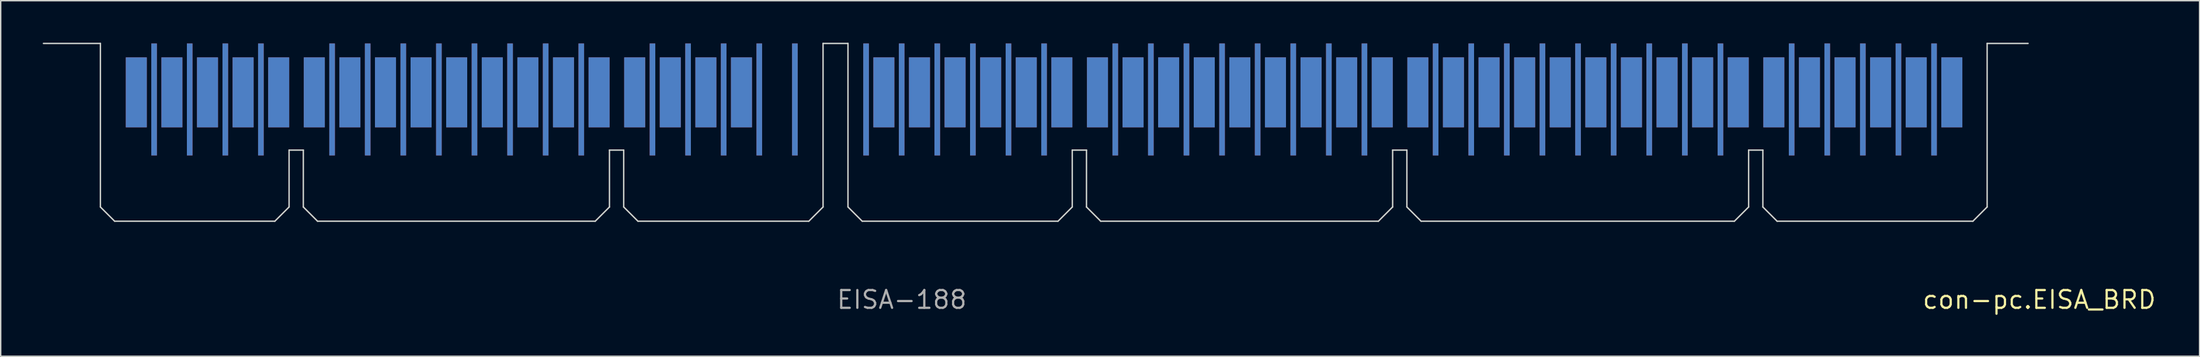
<source format=kicad_pcb>
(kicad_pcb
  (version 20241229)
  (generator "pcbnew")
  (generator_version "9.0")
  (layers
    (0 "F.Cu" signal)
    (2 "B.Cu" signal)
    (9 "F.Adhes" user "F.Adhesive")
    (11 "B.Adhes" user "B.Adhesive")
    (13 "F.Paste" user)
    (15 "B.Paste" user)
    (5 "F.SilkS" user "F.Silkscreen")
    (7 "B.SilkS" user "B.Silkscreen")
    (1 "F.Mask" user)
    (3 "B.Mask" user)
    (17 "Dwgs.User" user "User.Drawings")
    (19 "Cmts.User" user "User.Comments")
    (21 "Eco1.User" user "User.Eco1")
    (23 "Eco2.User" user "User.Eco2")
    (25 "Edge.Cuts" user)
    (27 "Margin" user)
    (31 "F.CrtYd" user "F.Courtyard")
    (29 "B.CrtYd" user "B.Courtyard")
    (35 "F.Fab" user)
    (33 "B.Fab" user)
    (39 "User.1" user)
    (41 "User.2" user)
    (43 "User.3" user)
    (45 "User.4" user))
  (footprint "con-pc.EISA_BRD"
    (layer "F.Cu")
    (at 56.565 12.752)
    (property "Reference" "con-pc.EISA_BRD" (at 77.47 6.35 0) (layer "F.SilkS") (effects (font (size 1.27 1.27) (thickness 0.16)) (justify left bottom)))
    (attr smd)
    (fp_line (start -51.435 2.54) (end 81.28 2.54) (stroke (width 1.016) (type default)) (layer "F.Mask"))
    (fp_line (start -49.89 -6.35) (end -49.89 -12.002) (stroke (width 1.5) (type default)) (layer "F.Mask"))
    (fp_line (start -49.89 -6.35) (end -49.89 2.54) (stroke (width 0.4) (type default)) (layer "F.Mask"))
    (fp_line (start -48.62 -4.699) (end -48.62 1.905) (stroke (width 1.4) (type default)) (layer "F.Mask"))
    (fp_line (start -47.35 -6.35) (end -47.35 -12.002) (stroke (width 1.5) (type default)) (layer "F.Mask"))
    (fp_line (start -47.35 -6.35) (end -47.35 2.54) (stroke (width 0.4) (type default)) (layer "F.Mask"))
    (fp_line (start -46.08 -4.699) (end -46.08 1.905) (stroke (width 1.4) (type default)) (layer "F.Mask"))
    (fp_line (start -44.81 -6.35) (end -44.81 -12.002) (stroke (width 1.5) (type default)) (layer "F.Mask"))
    (fp_line (start -44.81 -6.35) (end -44.81 2.54) (stroke (width 0.4) (type default)) (layer "F.Mask"))
    (fp_line (start -43.54 -4.699) (end -43.54 1.905) (stroke (width 1.4) (type default)) (layer "F.Mask"))
    (fp_line (start -42.27 -6.35) (end -42.27 -12.002) (stroke (width 1.5) (type default)) (layer "F.Mask"))
    (fp_line (start -42.27 -6.35) (end -42.27 2.54) (stroke (width 0.4) (type default)) (layer "F.Mask"))
    (fp_line (start -41 -4.699) (end -41 1.905) (stroke (width 1.4) (type default)) (layer "F.Mask"))
    (fp_line (start -39.73 -6.35) (end -39.73 -12.002) (stroke (width 1.5) (type default)) (layer "F.Mask"))
    (fp_line (start -39.73 -6.35) (end -39.73 2.54) (stroke (width 0.4) (type default)) (layer "F.Mask"))
    (fp_line (start -37.19 -6.35) (end -37.19 -12.002) (stroke (width 1.5) (type default)) (layer "F.Mask"))
    (fp_line (start -37.19 -6.35) (end -37.19 2.54) (stroke (width 0.4) (type default)) (layer "F.Mask"))
    (fp_line (start -35.92 -4.699) (end -35.92 1.905) (stroke (width 1.4) (type default)) (layer "F.Mask"))
    (fp_line (start -34.65 -6.35) (end -34.65 -12.002) (stroke (width 1.5) (type default)) (layer "F.Mask"))
    (fp_line (start -34.65 -6.35) (end -34.65 2.54) (stroke (width 0.4) (type default)) (layer "F.Mask"))
    (fp_line (start -33.38 -4.699) (end -33.38 1.905) (stroke (width 1.4) (type default)) (layer "F.Mask"))
    (fp_line (start -32.11 -6.35) (end -32.11 -12.002) (stroke (width 1.5) (type default)) (layer "F.Mask"))
    (fp_line (start -32.11 -6.35) (end -32.11 2.54) (stroke (width 0.4) (type default)) (layer "F.Mask"))
    (fp_line (start -30.84 -4.699) (end -30.84 1.905) (stroke (width 1.4) (type default)) (layer "F.Mask"))
    (fp_line (start -29.57 -6.35) (end -29.57 -12.002) (stroke (width 1.5) (type default)) (layer "F.Mask"))
    (fp_line (start -29.57 -6.35) (end -29.57 2.54) (stroke (width 0.4) (type default)) (layer "F.Mask"))
    (fp_line (start -28.3 -4.699) (end -28.3 1.905) (stroke (width 1.4) (type default)) (layer "F.Mask"))
    (fp_line (start -27.03 -6.35) (end -27.03 -12.002) (stroke (width 1.5) (type default)) (layer "F.Mask"))
    (fp_line (start -27.03 -6.35) (end -27.03 2.54) (stroke (width 0.4) (type default)) (layer "F.Mask"))
    (fp_line (start -25.76 -4.699) (end -25.76 1.905) (stroke (width 1.4) (type default)) (layer "F.Mask"))
    (fp_line (start -24.49 -6.35) (end -24.49 -12.002) (stroke (width 1.5) (type default)) (layer "F.Mask"))
    (fp_line (start -24.49 -6.35) (end -24.49 2.54) (stroke (width 0.4) (type default)) (layer "F.Mask"))
    (fp_line (start -23.22 -4.699) (end -23.22 1.905) (stroke (width 1.4) (type default)) (layer "F.Mask"))
    (fp_line (start -21.95 -6.35) (end -21.95 -12.002) (stroke (width 1.5) (type default)) (layer "F.Mask"))
    (fp_line (start -21.95 -6.35) (end -21.95 2.54) (stroke (width 0.4) (type default)) (layer "F.Mask"))
    (fp_line (start -20.68 -4.699) (end -20.68 1.905) (stroke (width 1.4) (type default)) (layer "F.Mask"))
    (fp_line (start -19.41 -6.35) (end -19.41 -12.002) (stroke (width 1.5) (type default)) (layer "F.Mask"))
    (fp_line (start -19.41 -6.35) (end -19.41 2.54) (stroke (width 0.4) (type default)) (layer "F.Mask"))
    (fp_line (start -18.14 -4.699) (end -18.14 1.905) (stroke (width 1.4) (type default)) (layer "F.Mask"))
    (fp_line (start -16.87 -6.35) (end -16.87 -12.002) (stroke (width 1.5) (type default)) (layer "F.Mask"))
    (fp_line (start -16.87 -6.35) (end -16.87 2.54) (stroke (width 0.4) (type default)) (layer "F.Mask"))
    (fp_line (start -14.33 -6.35) (end -14.33 -12.002) (stroke (width 1.5) (type default)) (layer "F.Mask"))
    (fp_line (start -14.33 -6.35) (end -14.33 2.54) (stroke (width 0.4) (type default)) (layer "F.Mask"))
    (fp_line (start -13.06 -4.699) (end -13.06 1.905) (stroke (width 1.4) (type default)) (layer "F.Mask"))
    (fp_line (start -11.79 -6.35) (end -11.79 -12.002) (stroke (width 1.5) (type default)) (layer "F.Mask"))
    (fp_line (start -11.79 -6.35) (end -11.79 2.54) (stroke (width 0.4) (type default)) (layer "F.Mask"))
    (fp_line (start -10.52 -4.699) (end -10.52 1.905) (stroke (width 1.4) (type default)) (layer "F.Mask"))
    (fp_line (start -9.25 -6.35) (end -9.25 -12.002) (stroke (width 1.5) (type default)) (layer "F.Mask"))
    (fp_line (start -9.25 -6.35) (end -9.25 2.54) (stroke (width 0.4) (type default)) (layer "F.Mask"))
    (fp_line (start -7.98 -4.699) (end -7.98 1.905) (stroke (width 1.4) (type default)) (layer "F.Mask"))
    (fp_line (start -6.71 -6.35) (end -6.71 -12.002) (stroke (width 1.5) (type default)) (layer "F.Mask"))
    (fp_line (start -6.71 -6.35) (end -6.71 2.54) (stroke (width 0.4) (type default)) (layer "F.Mask"))
    (fp_line (start -5.44 -4.699) (end -5.44 1.905) (stroke (width 1.4) (type default)) (layer "F.Mask"))
    (fp_line (start -2.9 -4.699) (end -2.9 1.905) (stroke (width 1.4) (type default)) (layer "F.Mask"))
    (fp_line (start 2.18 -4.699) (end 2.18 1.905) (stroke (width 1.4) (type default)) (layer "F.Mask"))
    (fp_line (start 3.45 -6.35) (end 3.45 -12.002) (stroke (width 1.5) (type default)) (layer "F.Mask"))
    (fp_line (start 3.45 -6.35) (end 3.45 2.54) (stroke (width 0.4) (type default)) (layer "F.Mask"))
    (fp_line (start 4.72 -4.699) (end 4.72 1.905) (stroke (width 1.4) (type default)) (layer "F.Mask"))
    (fp_line (start 5.99 -6.35) (end 5.99 -12.002) (stroke (width 1.5) (type default)) (layer "F.Mask"))
    (fp_line (start 5.99 -6.35) (end 5.99 2.54) (stroke (width 0.4) (type default)) (layer "F.Mask"))
    (fp_line (start 7.26 -4.699) (end 7.26 1.905) (stroke (width 1.4) (type default)) (layer "F.Mask"))
    (fp_line (start 8.53 -6.35) (end 8.53 -12.002) (stroke (width 1.5) (type default)) (layer "F.Mask"))
    (fp_line (start 8.53 -6.35) (end 8.53 2.54) (stroke (width 0.4) (type default)) (layer "F.Mask"))
    (fp_line (start 9.8 -4.699) (end 9.8 1.905) (stroke (width 1.4) (type default)) (layer "F.Mask"))
    (fp_line (start 11.07 -6.35) (end 11.07 -12.002) (stroke (width 1.5) (type default)) (layer "F.Mask"))
    (fp_line (start 11.07 -6.35) (end 11.07 2.54) (stroke (width 0.4) (type default)) (layer "F.Mask"))
    (fp_line (start 12.34 -4.699) (end 12.34 1.905) (stroke (width 1.4) (type default)) (layer "F.Mask"))
    (fp_line (start 13.61 -6.35) (end 13.61 -12.002) (stroke (width 1.5) (type default)) (layer "F.Mask"))
    (fp_line (start 13.61 -6.35) (end 13.61 2.54) (stroke (width 0.4) (type default)) (layer "F.Mask"))
    (fp_line (start 14.88 -4.699) (end 14.88 1.905) (stroke (width 1.4) (type default)) (layer "F.Mask"))
    (fp_line (start 16.15 -6.35) (end 16.15 -12.002) (stroke (width 1.5) (type default)) (layer "F.Mask"))
    (fp_line (start 16.15 -6.35) (end 16.15 2.54) (stroke (width 0.4) (type default)) (layer "F.Mask"))
    (fp_line (start 18.69 -6.35) (end 18.69 -12.002) (stroke (width 1.5) (type default)) (layer "F.Mask"))
    (fp_line (start 18.69 -6.35) (end 18.69 2.54) (stroke (width 0.4) (type default)) (layer "F.Mask"))
    (fp_line (start 19.96 -4.699) (end 19.96 1.905) (stroke (width 1.4) (type default)) (layer "F.Mask"))
    (fp_line (start 21.23 -6.35) (end 21.23 -12.002) (stroke (width 1.5) (type default)) (layer "F.Mask"))
    (fp_line (start 21.23 -6.35) (end 21.23 2.54) (stroke (width 0.4) (type default)) (layer "F.Mask"))
    (fp_line (start 22.5 -4.699) (end 22.5 1.905) (stroke (width 1.4) (type default)) (layer "F.Mask"))
    (fp_line (start 23.77 -6.35) (end 23.77 -12.002) (stroke (width 1.5) (type default)) (layer "F.Mask"))
    (fp_line (start 23.77 -6.35) (end 23.77 2.54) (stroke (width 0.4) (type default)) (layer "F.Mask"))
    (fp_line (start 25.04 -4.699) (end 25.04 1.905) (stroke (width 1.4) (type default)) (layer "F.Mask"))
    (fp_line (start 26.31 -6.35) (end 26.31 -12.002) (stroke (width 1.5) (type default)) (layer "F.Mask"))
    (fp_line (start 26.31 -6.35) (end 26.31 2.54) (stroke (width 0.4) (type default)) (layer "F.Mask"))
    (fp_line (start 27.58 -4.699) (end 27.58 1.905) (stroke (width 1.4) (type default)) (layer "F.Mask"))
    (fp_line (start 28.85 -6.35) (end 28.85 -12.002) (stroke (width 1.5) (type default)) (layer "F.Mask"))
    (fp_line (start 28.85 -6.35) (end 28.85 2.54) (stroke (width 0.4) (type default)) (layer "F.Mask"))
    (fp_line (start 30.12 -4.699) (end 30.12 1.905) (stroke (width 1.4) (type default)) (layer "F.Mask"))
    (fp_line (start 31.39 -6.35) (end 31.39 -12.002) (stroke (width 1.5) (type default)) (layer "F.Mask"))
    (fp_line (start 31.39 -6.35) (end 31.39 2.54) (stroke (width 0.4) (type default)) (layer "F.Mask"))
    (fp_line (start 32.66 -4.699) (end 32.66 1.905) (stroke (width 1.4) (type default)) (layer "F.Mask"))
    (fp_line (start 33.93 -6.35) (end 33.93 -12.002) (stroke (width 1.5) (type default)) (layer "F.Mask"))
    (fp_line (start 33.93 -6.35) (end 33.93 2.54) (stroke (width 0.4) (type default)) (layer "F.Mask"))
    (fp_line (start 35.2 -4.699) (end 35.2 1.905) (stroke (width 1.4) (type default)) (layer "F.Mask"))
    (fp_line (start 36.47 -6.35) (end 36.47 -12.002) (stroke (width 1.5) (type default)) (layer "F.Mask"))
    (fp_line (start 36.47 -6.35) (end 36.47 2.54) (stroke (width 0.4) (type default)) (layer "F.Mask"))
    (fp_line (start 37.74 -4.699) (end 37.74 1.905) (stroke (width 1.4) (type default)) (layer "F.Mask"))
    (fp_line (start 39.01 -6.35) (end 39.01 -12.002) (stroke (width 1.5) (type default)) (layer "F.Mask"))
    (fp_line (start 39.01 -6.35) (end 39.01 2.54) (stroke (width 0.4) (type default)) (layer "F.Mask"))
    (fp_line (start 41.55 -6.35) (end 41.55 -12.002) (stroke (width 1.5) (type default)) (layer "F.Mask"))
    (fp_line (start 41.55 -6.35) (end 41.55 2.54) (stroke (width 0.4) (type default)) (layer "F.Mask"))
    (fp_line (start 42.82 -4.699) (end 42.82 1.905) (stroke (width 1.4) (type default)) (layer "F.Mask"))
    (fp_line (start 44.09 -6.35) (end 44.09 -12.002) (stroke (width 1.5) (type default)) (layer "F.Mask"))
    (fp_line (start 44.09 -6.35) (end 44.09 2.54) (stroke (width 0.4) (type default)) (layer "F.Mask"))
    (fp_line (start 45.36 -4.699) (end 45.36 1.905) (stroke (width 1.4) (type default)) (layer "F.Mask"))
    (fp_line (start 46.63 -6.35) (end 46.63 -12.002) (stroke (width 1.5) (type default)) (layer "F.Mask"))
    (fp_line (start 46.63 -6.35) (end 46.63 2.54) (stroke (width 0.4) (type default)) (layer "F.Mask"))
    (fp_line (start 47.9 -4.699) (end 47.9 1.905) (stroke (width 1.4) (type default)) (layer "F.Mask"))
    (fp_line (start 49.17 -6.35) (end 49.17 -12.002) (stroke (width 1.5) (type default)) (layer "F.Mask"))
    (fp_line (start 49.17 -6.35) (end 49.17 2.54) (stroke (width 0.4) (type default)) (layer "F.Mask"))
    (fp_line (start 50.44 -4.699) (end 50.44 1.905) (stroke (width 1.4) (type default)) (layer "F.Mask"))
    (fp_line (start 51.71 -6.35) (end 51.71 -12.002) (stroke (width 1.5) (type default)) (layer "F.Mask"))
    (fp_line (start 51.71 -6.35) (end 51.71 2.54) (stroke (width 0.4) (type default)) (layer "F.Mask"))
    (fp_line (start 52.98 -4.699) (end 52.98 1.905) (stroke (width 1.4) (type default)) (layer "F.Mask"))
    (fp_line (start 54.25 -6.35) (end 54.25 -12.002) (stroke (width 1.5) (type default)) (layer "F.Mask"))
    (fp_line (start 54.25 -6.35) (end 54.25 2.54) (stroke (width 0.4) (type default)) (layer "F.Mask"))
    (fp_line (start 55.52 -4.699) (end 55.52 1.905) (stroke (width 1.4) (type default)) (layer "F.Mask"))
    (fp_line (start 56.79 -6.35) (end 56.79 -12.002) (stroke (width 1.5) (type default)) (layer "F.Mask"))
    (fp_line (start 56.79 -6.35) (end 56.79 2.54) (stroke (width 0.4) (type default)) (layer "F.Mask"))
    (fp_line (start 58.06 -4.699) (end 58.06 1.905) (stroke (width 1.4) (type default)) (layer "F.Mask"))
    (fp_line (start 59.33 -6.35) (end 59.33 -12.002) (stroke (width 1.5) (type default)) (layer "F.Mask"))
    (fp_line (start 59.33 -6.35) (end 59.33 2.54) (stroke (width 0.4) (type default)) (layer "F.Mask"))
    (fp_line (start 60.6 -4.699) (end 60.6 1.905) (stroke (width 1.4) (type default)) (layer "F.Mask"))
    (fp_line (start 61.87 -6.35) (end 61.87 -12.002) (stroke (width 1.5) (type default)) (layer "F.Mask"))
    (fp_line (start 61.87 -6.35) (end 61.87 2.54) (stroke (width 0.4) (type default)) (layer "F.Mask"))
    (fp_line (start 63.14 -4.699) (end 63.14 1.905) (stroke (width 1.4) (type default)) (layer "F.Mask"))
    (fp_line (start 64.41 -6.35) (end 64.41 -12.002) (stroke (width 1.5) (type default)) (layer "F.Mask"))
    (fp_line (start 64.41 -6.35) (end 64.41 2.54) (stroke (width 0.4) (type default)) (layer "F.Mask"))
    (fp_line (start 66.95 -6.35) (end 66.95 -12.002) (stroke (width 1.5) (type default)) (layer "F.Mask"))
    (fp_line (start 66.95 -6.35) (end 66.95 2.54) (stroke (width 0.4) (type default)) (layer "F.Mask"))
    (fp_line (start 68.22 -4.699) (end 68.22 1.905) (stroke (width 1.4) (type default)) (layer "F.Mask"))
    (fp_line (start 69.49 -6.35) (end 69.49 -12.002) (stroke (width 1.5) (type default)) (layer "F.Mask"))
    (fp_line (start 69.49 -6.35) (end 69.49 2.54) (stroke (width 0.4) (type default)) (layer "F.Mask"))
    (fp_line (start 70.76 -4.699) (end 70.76 1.905) (stroke (width 1.4) (type default)) (layer "F.Mask"))
    (fp_line (start 72.03 -6.35) (end 72.03 -12.002) (stroke (width 1.5) (type default)) (layer "F.Mask"))
    (fp_line (start 72.03 -6.35) (end 72.03 2.54) (stroke (width 0.4) (type default)) (layer "F.Mask"))
    (fp_line (start 73.3 -4.699) (end 73.3 1.905) (stroke (width 1.4) (type default)) (layer "F.Mask"))
    (fp_line (start 74.57 -6.35) (end 74.57 -12.002) (stroke (width 1.5) (type default)) (layer "F.Mask"))
    (fp_line (start 74.57 -6.35) (end 74.57 2.54) (stroke (width 0.4) (type default)) (layer "F.Mask"))
    (fp_line (start 75.84 -4.699) (end 75.84 1.905) (stroke (width 1.4) (type default)) (layer "F.Mask"))
    (fp_line (start 77.11 -6.35) (end 77.11 -12.002) (stroke (width 1.5) (type default)) (layer "F.Mask"))
    (fp_line (start 77.11 -6.35) (end 77.11 2.54) (stroke (width 0.4) (type default)) (layer "F.Mask"))
    (fp_line (start 78.38 -4.699) (end 78.38 1.905) (stroke (width 1.4) (type default)) (layer "F.Mask"))
    (fp_line (start 79.65 -6.35) (end 79.65 -12.002) (stroke (width 1.5) (type default)) (layer "F.Mask"))
    (fp_line (start 79.65 -6.35) (end 79.65 2.54) (stroke (width 0.4) (type default)) (layer "F.Mask"))
    (fp_rect (start -52.705 0) (end 83.185 -12.7) (stroke (width 0.05) (type default)) (fill yes) (layer "F.Mask"))
    (fp_line (start -51.435 2.54) (end 81.28 2.54) (stroke (width 1.016) (type default)) (layer "B.Mask"))
    (fp_line (start -49.89 -6.35) (end -49.89 -12.002) (stroke (width 1.5) (type default)) (layer "B.Mask"))
    (fp_line (start -49.89 -6.35) (end -49.89 2.54) (stroke (width 0.4) (type default)) (layer "B.Mask"))
    (fp_line (start -48.62 -4.699) (end -48.62 1.905) (stroke (width 1.4) (type default)) (layer "B.Mask"))
    (fp_line (start -47.35 -6.35) (end -47.35 -12.002) (stroke (width 1.5) (type default)) (layer "B.Mask"))
    (fp_line (start -47.35 -6.35) (end -47.35 2.54) (stroke (width 0.4) (type default)) (layer "B.Mask"))
    (fp_line (start -46.08 -4.699) (end -46.08 1.905) (stroke (width 1.4) (type default)) (layer "B.Mask"))
    (fp_line (start -44.81 -6.35) (end -44.81 -12.002) (stroke (width 1.5) (type default)) (layer "B.Mask"))
    (fp_line (start -44.81 -6.35) (end -44.81 2.54) (stroke (width 0.4) (type default)) (layer "B.Mask"))
    (fp_line (start -43.54 -4.699) (end -43.54 1.905) (stroke (width 1.4) (type default)) (layer "B.Mask"))
    (fp_line (start -42.27 -6.35) (end -42.27 -12.002) (stroke (width 1.5) (type default)) (layer "B.Mask"))
    (fp_line (start -42.27 -6.35) (end -42.27 2.54) (stroke (width 0.4) (type default)) (layer "B.Mask"))
    (fp_line (start -41 -4.699) (end -41 1.905) (stroke (width 1.4) (type default)) (layer "B.Mask"))
    (fp_line (start -39.73 -6.35) (end -39.73 -12.002) (stroke (width 1.5) (type default)) (layer "B.Mask"))
    (fp_line (start -39.73 -6.35) (end -39.73 2.54) (stroke (width 0.4) (type default)) (layer "B.Mask"))
    (fp_line (start -37.19 -6.35) (end -37.19 -12.002) (stroke (width 1.5) (type default)) (layer "B.Mask"))
    (fp_line (start -37.19 -6.35) (end -37.19 2.54) (stroke (width 0.4) (type default)) (layer "B.Mask"))
    (fp_line (start -35.92 -4.699) (end -35.92 1.905) (stroke (width 1.4) (type default)) (layer "B.Mask"))
    (fp_line (start -34.65 -6.35) (end -34.65 -12.002) (stroke (width 1.5) (type default)) (layer "B.Mask"))
    (fp_line (start -34.65 -6.35) (end -34.65 2.54) (stroke (width 0.4) (type default)) (layer "B.Mask"))
    (fp_line (start -33.38 -4.699) (end -33.38 1.905) (stroke (width 1.4) (type default)) (layer "B.Mask"))
    (fp_line (start -32.11 -6.35) (end -32.11 -12.002) (stroke (width 1.5) (type default)) (layer "B.Mask"))
    (fp_line (start -32.11 -6.35) (end -32.11 2.54) (stroke (width 0.4) (type default)) (layer "B.Mask"))
    (fp_line (start -30.84 -4.699) (end -30.84 1.905) (stroke (width 1.4) (type default)) (layer "B.Mask"))
    (fp_line (start -29.57 -6.35) (end -29.57 -12.002) (stroke (width 1.5) (type default)) (layer "B.Mask"))
    (fp_line (start -29.57 -6.35) (end -29.57 2.54) (stroke (width 0.4) (type default)) (layer "B.Mask"))
    (fp_line (start -28.3 -4.699) (end -28.3 1.905) (stroke (width 1.4) (type default)) (layer "B.Mask"))
    (fp_line (start -27.03 -6.35) (end -27.03 -12.002) (stroke (width 1.5) (type default)) (layer "B.Mask"))
    (fp_line (start -27.03 -6.35) (end -27.03 2.54) (stroke (width 0.4) (type default)) (layer "B.Mask"))
    (fp_line (start -25.76 -4.699) (end -25.76 1.905) (stroke (width 1.4) (type default)) (layer "B.Mask"))
    (fp_line (start -24.49 -6.35) (end -24.49 -12.002) (stroke (width 1.5) (type default)) (layer "B.Mask"))
    (fp_line (start -24.49 -6.35) (end -24.49 2.54) (stroke (width 0.4) (type default)) (layer "B.Mask"))
    (fp_line (start -23.22 -4.699) (end -23.22 1.905) (stroke (width 1.4) (type default)) (layer "B.Mask"))
    (fp_line (start -21.95 -6.35) (end -21.95 -12.002) (stroke (width 1.5) (type default)) (layer "B.Mask"))
    (fp_line (start -21.95 -6.35) (end -21.95 2.54) (stroke (width 0.4) (type default)) (layer "B.Mask"))
    (fp_line (start -20.68 -4.699) (end -20.68 1.905) (stroke (width 1.4) (type default)) (layer "B.Mask"))
    (fp_line (start -19.41 -6.35) (end -19.41 -12.002) (stroke (width 1.5) (type default)) (layer "B.Mask"))
    (fp_line (start -19.41 -6.35) (end -19.41 2.54) (stroke (width 0.4) (type default)) (layer "B.Mask"))
    (fp_line (start -18.14 -4.699) (end -18.14 1.905) (stroke (width 1.4) (type default)) (layer "B.Mask"))
    (fp_line (start -16.87 -6.35) (end -16.87 -12.002) (stroke (width 1.5) (type default)) (layer "B.Mask"))
    (fp_line (start -16.87 -6.35) (end -16.87 2.54) (stroke (width 0.4) (type default)) (layer "B.Mask"))
    (fp_line (start -14.33 -6.35) (end -14.33 -12.002) (stroke (width 1.5) (type default)) (layer "B.Mask"))
    (fp_line (start -14.33 -6.35) (end -14.33 2.54) (stroke (width 0.4) (type default)) (layer "B.Mask"))
    (fp_line (start -13.06 -4.699) (end -13.06 1.905) (stroke (width 1.4) (type default)) (layer "B.Mask"))
    (fp_line (start -11.79 -6.35) (end -11.79 -12.002) (stroke (width 1.5) (type default)) (layer "B.Mask"))
    (fp_line (start -11.79 -6.35) (end -11.79 2.54) (stroke (width 0.4) (type default)) (layer "B.Mask"))
    (fp_line (start -10.52 -4.699) (end -10.52 1.905) (stroke (width 1.4) (type default)) (layer "B.Mask"))
    (fp_line (start -9.25 -6.35) (end -9.25 -12.002) (stroke (width 1.5) (type default)) (layer "B.Mask"))
    (fp_line (start -9.25 -6.35) (end -9.25 2.54) (stroke (width 0.4) (type default)) (layer "B.Mask"))
    (fp_line (start -7.98 -4.699) (end -7.98 1.905) (stroke (width 1.4) (type default)) (layer "B.Mask"))
    (fp_line (start -6.71 -6.35) (end -6.71 -12.002) (stroke (width 1.5) (type default)) (layer "B.Mask"))
    (fp_line (start -6.71 -6.35) (end -6.71 2.54) (stroke (width 0.4) (type default)) (layer "B.Mask"))
    (fp_line (start -5.44 -4.699) (end -5.44 1.905) (stroke (width 1.4) (type default)) (layer "B.Mask"))
    (fp_line (start -2.9 -4.699) (end -2.9 1.905) (stroke (width 1.4) (type default)) (layer "B.Mask"))
    (fp_line (start 2.18 -4.699) (end 2.18 1.905) (stroke (width 1.4) (type default)) (layer "B.Mask"))
    (fp_line (start 3.45 -6.35) (end 3.45 -12.002) (stroke (width 1.5) (type default)) (layer "B.Mask"))
    (fp_line (start 3.45 -6.35) (end 3.45 2.54) (stroke (width 0.4) (type default)) (layer "B.Mask"))
    (fp_line (start 4.72 -4.699) (end 4.72 1.905) (stroke (width 1.4) (type default)) (layer "B.Mask"))
    (fp_line (start 5.99 -6.35) (end 5.99 -12.002) (stroke (width 1.5) (type default)) (layer "B.Mask"))
    (fp_line (start 5.99 -6.35) (end 5.99 2.54) (stroke (width 0.4) (type default)) (layer "B.Mask"))
    (fp_line (start 7.26 -4.699) (end 7.26 1.905) (stroke (width 1.4) (type default)) (layer "B.Mask"))
    (fp_line (start 8.53 -6.35) (end 8.53 -12.002) (stroke (width 1.5) (type default)) (layer "B.Mask"))
    (fp_line (start 8.53 -6.35) (end 8.53 2.54) (stroke (width 0.4) (type default)) (layer "B.Mask"))
    (fp_line (start 9.8 -4.699) (end 9.8 1.905) (stroke (width 1.4) (type default)) (layer "B.Mask"))
    (fp_line (start 11.07 -6.35) (end 11.07 -12.002) (stroke (width 1.5) (type default)) (layer "B.Mask"))
    (fp_line (start 11.07 -6.35) (end 11.07 2.54) (stroke (width 0.4) (type default)) (layer "B.Mask"))
    (fp_line (start 12.34 -4.699) (end 12.34 1.905) (stroke (width 1.4) (type default)) (layer "B.Mask"))
    (fp_line (start 13.61 -6.35) (end 13.61 -12.002) (stroke (width 1.5) (type default)) (layer "B.Mask"))
    (fp_line (start 13.61 -6.35) (end 13.61 2.54) (stroke (width 0.4) (type default)) (layer "B.Mask"))
    (fp_line (start 14.88 -4.699) (end 14.88 1.905) (stroke (width 1.4) (type default)) (layer "B.Mask"))
    (fp_line (start 16.15 -6.35) (end 16.15 -12.002) (stroke (width 1.5) (type default)) (layer "B.Mask"))
    (fp_line (start 16.15 -6.35) (end 16.15 2.54) (stroke (width 0.4) (type default)) (layer "B.Mask"))
    (fp_line (start 18.69 -6.35) (end 18.69 -12.002) (stroke (width 1.5) (type default)) (layer "B.Mask"))
    (fp_line (start 18.69 -6.35) (end 18.69 2.54) (stroke (width 0.4) (type default)) (layer "B.Mask"))
    (fp_line (start 19.96 -4.699) (end 19.96 1.905) (stroke (width 1.4) (type default)) (layer "B.Mask"))
    (fp_line (start 21.23 -6.35) (end 21.23 -12.002) (stroke (width 1.5) (type default)) (layer "B.Mask"))
    (fp_line (start 21.23 -6.35) (end 21.23 2.54) (stroke (width 0.4) (type default)) (layer "B.Mask"))
    (fp_line (start 22.5 -4.699) (end 22.5 1.905) (stroke (width 1.4) (type default)) (layer "B.Mask"))
    (fp_line (start 23.77 -6.35) (end 23.77 -12.002) (stroke (width 1.5) (type default)) (layer "B.Mask"))
    (fp_line (start 23.77 -6.35) (end 23.77 2.54) (stroke (width 0.4) (type default)) (layer "B.Mask"))
    (fp_line (start 25.04 -4.699) (end 25.04 1.905) (stroke (width 1.4) (type default)) (layer "B.Mask"))
    (fp_line (start 26.31 -6.35) (end 26.31 -12.002) (stroke (width 1.5) (type default)) (layer "B.Mask"))
    (fp_line (start 26.31 -6.35) (end 26.31 2.54) (stroke (width 0.4) (type default)) (layer "B.Mask"))
    (fp_line (start 27.58 -4.699) (end 27.58 1.905) (stroke (width 1.4) (type default)) (layer "B.Mask"))
    (fp_line (start 28.85 -6.35) (end 28.85 -12.002) (stroke (width 1.5) (type default)) (layer "B.Mask"))
    (fp_line (start 28.85 -6.35) (end 28.85 2.54) (stroke (width 0.4) (type default)) (layer "B.Mask"))
    (fp_line (start 30.12 -4.699) (end 30.12 1.905) (stroke (width 1.4) (type default)) (layer "B.Mask"))
    (fp_line (start 31.39 -6.35) (end 31.39 -12.002) (stroke (width 1.5) (type default)) (layer "B.Mask"))
    (fp_line (start 31.39 -6.35) (end 31.39 2.54) (stroke (width 0.4) (type default)) (layer "B.Mask"))
    (fp_line (start 32.66 -4.699) (end 32.66 1.905) (stroke (width 1.4) (type default)) (layer "B.Mask"))
    (fp_line (start 33.93 -6.35) (end 33.93 -12.002) (stroke (width 1.5) (type default)) (layer "B.Mask"))
    (fp_line (start 33.93 -6.35) (end 33.93 2.54) (stroke (width 0.4) (type default)) (layer "B.Mask"))
    (fp_line (start 35.2 -4.699) (end 35.2 1.905) (stroke (width 1.4) (type default)) (layer "B.Mask"))
    (fp_line (start 36.47 -6.35) (end 36.47 -12.002) (stroke (width 1.5) (type default)) (layer "B.Mask"))
    (fp_line (start 36.47 -6.35) (end 36.47 2.54) (stroke (width 0.4) (type default)) (layer "B.Mask"))
    (fp_line (start 37.74 -4.699) (end 37.74 1.905) (stroke (width 1.4) (type default)) (layer "B.Mask"))
    (fp_line (start 39.01 -6.35) (end 39.01 -12.002) (stroke (width 1.5) (type default)) (layer "B.Mask"))
    (fp_line (start 39.01 -6.35) (end 39.01 2.54) (stroke (width 0.4) (type default)) (layer "B.Mask"))
    (fp_line (start 41.55 -6.35) (end 41.55 -12.002) (stroke (width 1.5) (type default)) (layer "B.Mask"))
    (fp_line (start 41.55 -6.35) (end 41.55 2.54) (stroke (width 0.4) (type default)) (layer "B.Mask"))
    (fp_line (start 42.82 -4.699) (end 42.82 1.905) (stroke (width 1.4) (type default)) (layer "B.Mask"))
    (fp_line (start 44.09 -6.35) (end 44.09 -12.002) (stroke (width 1.5) (type default)) (layer "B.Mask"))
    (fp_line (start 44.09 -6.35) (end 44.09 2.54) (stroke (width 0.4) (type default)) (layer "B.Mask"))
    (fp_line (start 45.36 -4.699) (end 45.36 1.905) (stroke (width 1.4) (type default)) (layer "B.Mask"))
    (fp_line (start 46.63 -6.35) (end 46.63 -12.002) (stroke (width 1.5) (type default)) (layer "B.Mask"))
    (fp_line (start 46.63 -6.35) (end 46.63 2.54) (stroke (width 0.4) (type default)) (layer "B.Mask"))
    (fp_line (start 47.9 -4.699) (end 47.9 1.905) (stroke (width 1.4) (type default)) (layer "B.Mask"))
    (fp_line (start 49.17 -6.35) (end 49.17 -12.002) (stroke (width 1.5) (type default)) (layer "B.Mask"))
    (fp_line (start 49.17 -6.35) (end 49.17 2.54) (stroke (width 0.4) (type default)) (layer "B.Mask"))
    (fp_line (start 50.44 -4.699) (end 50.44 1.905) (stroke (width 1.4) (type default)) (layer "B.Mask"))
    (fp_line (start 51.71 -6.35) (end 51.71 -12.002) (stroke (width 1.5) (type default)) (layer "B.Mask"))
    (fp_line (start 51.71 -6.35) (end 51.71 2.54) (stroke (width 0.4) (type default)) (layer "B.Mask"))
    (fp_line (start 52.98 -4.699) (end 52.98 1.905) (stroke (width 1.4) (type default)) (layer "B.Mask"))
    (fp_line (start 54.25 -6.35) (end 54.25 -12.002) (stroke (width 1.5) (type default)) (layer "B.Mask"))
    (fp_line (start 54.25 -6.35) (end 54.25 2.54) (stroke (width 0.4) (type default)) (layer "B.Mask"))
    (fp_line (start 55.52 -4.699) (end 55.52 1.905) (stroke (width 1.4) (type default)) (layer "B.Mask"))
    (fp_line (start 56.79 -6.35) (end 56.79 -12.002) (stroke (width 1.5) (type default)) (layer "B.Mask"))
    (fp_line (start 56.79 -6.35) (end 56.79 2.54) (stroke (width 0.4) (type default)) (layer "B.Mask"))
    (fp_line (start 58.06 -4.699) (end 58.06 1.905) (stroke (width 1.4) (type default)) (layer "B.Mask"))
    (fp_line (start 59.33 -6.35) (end 59.33 -12.002) (stroke (width 1.5) (type default)) (layer "B.Mask"))
    (fp_line (start 59.33 -6.35) (end 59.33 2.54) (stroke (width 0.4) (type default)) (layer "B.Mask"))
    (fp_line (start 60.6 -4.699) (end 60.6 1.905) (stroke (width 1.4) (type default)) (layer "B.Mask"))
    (fp_line (start 61.87 -6.35) (end 61.87 -12.002) (stroke (width 1.5) (type default)) (layer "B.Mask"))
    (fp_line (start 61.87 -6.35) (end 61.87 2.54) (stroke (width 0.4) (type default)) (layer "B.Mask"))
    (fp_line (start 63.14 -4.699) (end 63.14 1.905) (stroke (width 1.4) (type default)) (layer "B.Mask"))
    (fp_line (start 64.41 -6.35) (end 64.41 -12.002) (stroke (width 1.5) (type default)) (layer "B.Mask"))
    (fp_line (start 64.41 -6.35) (end 64.41 2.54) (stroke (width 0.4) (type default)) (layer "B.Mask"))
    (fp_line (start 66.95 -6.35) (end 66.95 -12.002) (stroke (width 1.5) (type default)) (layer "B.Mask"))
    (fp_line (start 66.95 -6.35) (end 66.95 2.54) (stroke (width 0.4) (type default)) (layer "B.Mask"))
    (fp_line (start 68.22 -4.699) (end 68.22 1.905) (stroke (width 1.4) (type default)) (layer "B.Mask"))
    (fp_line (start 69.49 -6.35) (end 69.49 -12.002) (stroke (width 1.5) (type default)) (layer "B.Mask"))
    (fp_line (start 69.49 -6.35) (end 69.49 2.54) (stroke (width 0.4) (type default)) (layer "B.Mask"))
    (fp_line (start 70.76 -4.699) (end 70.76 1.905) (stroke (width 1.4) (type default)) (layer "B.Mask"))
    (fp_line (start 72.03 -6.35) (end 72.03 -12.002) (stroke (width 1.5) (type default)) (layer "B.Mask"))
    (fp_line (start 72.03 -6.35) (end 72.03 2.54) (stroke (width 0.4) (type default)) (layer "B.Mask"))
    (fp_line (start 73.3 -4.699) (end 73.3 1.905) (stroke (width 1.4) (type default)) (layer "B.Mask"))
    (fp_line (start 74.57 -6.35) (end 74.57 -12.002) (stroke (width 1.5) (type default)) (layer "B.Mask"))
    (fp_line (start 74.57 -6.35) (end 74.57 2.54) (stroke (width 0.4) (type default)) (layer "B.Mask"))
    (fp_line (start 75.84 -4.699) (end 75.84 1.905) (stroke (width 1.4) (type default)) (layer "B.Mask"))
    (fp_line (start 77.11 -6.35) (end 77.11 -12.002) (stroke (width 1.5) (type default)) (layer "B.Mask"))
    (fp_line (start 77.11 -6.35) (end 77.11 2.54) (stroke (width 0.4) (type default)) (layer "B.Mask"))
    (fp_line (start 78.38 -4.699) (end 78.38 1.905) (stroke (width 1.4) (type default)) (layer "B.Mask"))
    (fp_line (start 79.65 -6.35) (end 79.65 -12.002) (stroke (width 1.5) (type default)) (layer "B.Mask"))
    (fp_line (start 79.65 -6.35) (end 79.65 2.54) (stroke (width 0.4) (type default)) (layer "B.Mask"))
    (fp_rect (start -52.705 0) (end 83.185 -12.7) (stroke (width 0.05) (type default)) (fill yes) (layer "B.Mask"))
    (fp_line (start -52.451 -12.7) (end -56.515 -12.7) (stroke (width 0.1) (type default)) (layer "Edge.Cuts"))
    (fp_line (start -52.451 -1.016) (end -52.451 -12.7) (stroke (width 0.1) (type default)) (layer "Edge.Cuts"))
    (fp_line (start -52.451 -1.016) (end -51.435 0) (stroke (width 0.1) (type default)) (layer "Edge.Cuts"))
    (fp_line (start -40.005 0) (end -51.435 0) (stroke (width 0.1) (type default)) (layer "Edge.Cuts"))
    (fp_line (start -38.989 -5.08) (end -37.973 -5.08) (stroke (width 0.1) (type default)) (layer "Edge.Cuts"))
    (fp_line (start -38.989 -1.016) (end -40.005 0) (stroke (width 0.1) (type default)) (layer "Edge.Cuts"))
    (fp_line (start -38.989 -1.016) (end -38.989 -5.08) (stroke (width 0.1) (type default)) (layer "Edge.Cuts"))
    (fp_line (start -37.973 -5.08) (end -37.973 -1.016) (stroke (width 0.1) (type default)) (layer "Edge.Cuts"))
    (fp_line (start -37.973 -1.016) (end -36.957 0) (stroke (width 0.1) (type default)) (layer "Edge.Cuts"))
    (fp_line (start -36.957 0) (end -17.145 0) (stroke (width 0.1) (type default)) (layer "Edge.Cuts"))
    (fp_line (start -16.129 -5.08) (end -15.113 -5.08) (stroke (width 0.1) (type default)) (layer "Edge.Cuts"))
    (fp_line (start -16.129 -1.016) (end -17.145 0) (stroke (width 0.1) (type default)) (layer "Edge.Cuts"))
    (fp_line (start -16.129 -1.016) (end -16.129 -5.08) (stroke (width 0.1) (type default)) (layer "Edge.Cuts"))
    (fp_line (start -15.113 -5.08) (end -15.113 -1.016) (stroke (width 0.1) (type default)) (layer "Edge.Cuts"))
    (fp_line (start -15.113 -1.016) (end -14.097 0) (stroke (width 0.1) (type default)) (layer "Edge.Cuts"))
    (fp_line (start -14.097 0) (end -1.905 0) (stroke (width 0.1) (type default)) (layer "Edge.Cuts"))
    (fp_line (start -0.889 -12.7) (end 0.889 -12.7) (stroke (width 0.1) (type default)) (layer "Edge.Cuts"))
    (fp_line (start -0.889 -1.016) (end -1.905 0) (stroke (width 0.1) (type default)) (layer "Edge.Cuts"))
    (fp_line (start -0.889 -1.016) (end -0.889 -12.7) (stroke (width 0.1) (type default)) (layer "Edge.Cuts"))
    (fp_line (start 0.889 -12.7) (end 0.889 -1.016) (stroke (width 0.1) (type default)) (layer "Edge.Cuts"))
    (fp_line (start 0.889 -1.016) (end 1.905 0) (stroke (width 0.1) (type default)) (layer "Edge.Cuts"))
    (fp_line (start 1.905 0) (end 15.875 0) (stroke (width 0.1) (type default)) (layer "Edge.Cuts"))
    (fp_line (start 16.891 -5.08) (end 17.907 -5.08) (stroke (width 0.1) (type default)) (layer "Edge.Cuts"))
    (fp_line (start 16.891 -1.016) (end 15.875 0) (stroke (width 0.1) (type default)) (layer "Edge.Cuts"))
    (fp_line (start 16.891 -1.016) (end 16.891 -5.08) (stroke (width 0.1) (type default)) (layer "Edge.Cuts"))
    (fp_line (start 17.907 -5.08) (end 17.907 -1.016) (stroke (width 0.1) (type default)) (layer "Edge.Cuts"))
    (fp_line (start 17.907 -1.016) (end 18.923 0) (stroke (width 0.1) (type default)) (layer "Edge.Cuts"))
    (fp_line (start 18.923 0) (end 38.735 0) (stroke (width 0.1) (type default)) (layer "Edge.Cuts"))
    (fp_line (start 39.751 -5.08) (end 40.767 -5.08) (stroke (width 0.1) (type default)) (layer "Edge.Cuts"))
    (fp_line (start 39.751 -1.016) (end 38.735 0) (stroke (width 0.1) (type default)) (layer "Edge.Cuts"))
    (fp_line (start 39.751 -1.016) (end 39.751 -5.08) (stroke (width 0.1) (type default)) (layer "Edge.Cuts"))
    (fp_line (start 40.767 -5.08) (end 40.767 -1.016) (stroke (width 0.1) (type default)) (layer "Edge.Cuts"))
    (fp_line (start 40.767 -1.016) (end 41.783 0) (stroke (width 0.1) (type default)) (layer "Edge.Cuts"))
    (fp_line (start 41.783 0) (end 64.135 0) (stroke (width 0.1) (type default)) (layer "Edge.Cuts"))
    (fp_line (start 65.151 -5.08) (end 66.167 -5.08) (stroke (width 0.1) (type default)) (layer "Edge.Cuts"))
    (fp_line (start 65.151 -1.016) (end 64.135 0) (stroke (width 0.1) (type default)) (layer "Edge.Cuts"))
    (fp_line (start 65.151 -1.016) (end 65.151 -5.08) (stroke (width 0.1) (type default)) (layer "Edge.Cuts"))
    (fp_line (start 66.167 -5.08) (end 66.167 -1.016) (stroke (width 0.1) (type default)) (layer "Edge.Cuts"))
    (fp_line (start 66.167 -1.016) (end 67.183 0) (stroke (width 0.1) (type default)) (layer "Edge.Cuts"))
    (fp_line (start 67.183 0) (end 81.153 0) (stroke (width 0.1) (type default)) (layer "Edge.Cuts"))
    (fp_line (start 82.169 -12.7) (end 85.09 -12.7) (stroke (width 0.1) (type default)) (layer "Edge.Cuts"))
    (fp_line (start 82.169 -1.016) (end 81.153 0) (stroke (width 0.1) (type default)) (layer "Edge.Cuts"))
    (fp_line (start 82.169 -1.016) (end 82.169 -12.7) (stroke (width 0.1) (type default)) (layer "Edge.Cuts"))
    (fp_text user "EISA-188" (at 0 6.35 0) (layer "F.Fab") (effects (font (size 1.27 1.27) (thickness 0.16)) (justify left bottom)))
    (pad "A1" smd roundrect (at 79.65 -9.204) (size 1.5 5) (layers "F.Cu" "F.Mask" "F.Paste") (roundrect_rratio 0.01))
    (pad "A2" smd roundrect (at 77.11 -9.204) (size 1.5 5) (layers "F.Cu" "F.Mask" "F.Paste") (roundrect_rratio 0.01))
    (pad "A3" smd roundrect (at 74.57 -9.204) (size 1.5 5) (layers "F.Cu" "F.Mask" "F.Paste") (roundrect_rratio 0.01))
    (pad "A4" smd roundrect (at 72.03 -9.204) (size 1.5 5) (layers "F.Cu" "F.Mask" "F.Paste") (roundrect_rratio 0.01))
    (pad "A5" smd roundrect (at 69.49 -9.204) (size 1.5 5) (layers "F.Cu" "F.Mask" "F.Paste") (roundrect_rratio 0.01))
    (pad "A6" smd roundrect (at 66.95 -9.204) (size 1.5 5) (layers "F.Cu" "F.Mask" "F.Paste") (roundrect_rratio 0.01))
    (pad "A7" smd roundrect (at 64.41 -9.204) (size 1.5 5) (layers "F.Cu" "F.Mask" "F.Paste") (roundrect_rratio 0.01))
    (pad "A8" smd roundrect (at 61.87 -9.204) (size 1.5 5) (layers "F.Cu" "F.Mask" "F.Paste") (roundrect_rratio 0.01))
    (pad "A9" smd roundrect (at 59.33 -9.204) (size 1.5 5) (layers "F.Cu" "F.Mask" "F.Paste") (roundrect_rratio 0.01))
    (pad "A10" smd roundrect (at 56.79 -9.204) (size 1.5 5) (layers "F.Cu" "F.Mask" "F.Paste") (roundrect_rratio 0.01))
    (pad "A11" smd roundrect (at 54.25 -9.204) (size 1.5 5) (layers "F.Cu" "F.Mask" "F.Paste") (roundrect_rratio 0.01))
    (pad "A12" smd roundrect (at 51.71 -9.204) (size 1.5 5) (layers "F.Cu" "F.Mask" "F.Paste") (roundrect_rratio 0.01))
    (pad "A13" smd roundrect (at 49.17 -9.204) (size 1.5 5) (layers "F.Cu" "F.Mask" "F.Paste") (roundrect_rratio 0.01))
    (pad "A14" smd roundrect (at 46.63 -9.204) (size 1.5 5) (layers "F.Cu" "F.Mask" "F.Paste") (roundrect_rratio 0.01))
    (pad "A15" smd roundrect (at 44.09 -9.204) (size 1.5 5) (layers "F.Cu" "F.Mask" "F.Paste") (roundrect_rratio 0.01))
    (pad "A16" smd roundrect (at 41.55 -9.204) (size 1.5 5) (layers "F.Cu" "F.Mask" "F.Paste") (roundrect_rratio 0.01))
    (pad "A17" smd roundrect (at 39.01 -9.204) (size 1.5 5) (layers "F.Cu" "F.Mask" "F.Paste") (roundrect_rratio 0.01))
    (pad "A18" smd roundrect (at 36.47 -9.204) (size 1.5 5) (layers "F.Cu" "F.Mask" "F.Paste") (roundrect_rratio 0.01))
    (pad "A19" smd roundrect (at 33.93 -9.204) (size 1.5 5) (layers "F.Cu" "F.Mask" "F.Paste") (roundrect_rratio 0.01))
    (pad "A20" smd roundrect (at 31.39 -9.204) (size 1.5 5) (layers "F.Cu" "F.Mask" "F.Paste") (roundrect_rratio 0.01))
    (pad "A21" smd roundrect (at 28.85 -9.204) (size 1.5 5) (layers "F.Cu" "F.Mask" "F.Paste") (roundrect_rratio 0.01))
    (pad "A22" smd roundrect (at 26.31 -9.204) (size 1.5 5) (layers "F.Cu" "F.Mask" "F.Paste") (roundrect_rratio 0.01))
    (pad "A23" smd roundrect (at 23.77 -9.204) (size 1.5 5) (layers "F.Cu" "F.Mask" "F.Paste") (roundrect_rratio 0.01))
    (pad "A24" smd roundrect (at 21.23 -9.204) (size 1.5 5) (layers "F.Cu" "F.Mask" "F.Paste") (roundrect_rratio 0.01))
    (pad "A25" smd roundrect (at 18.69 -9.204) (size 1.5 5) (layers "F.Cu" "F.Mask" "F.Paste") (roundrect_rratio 0.01))
    (pad "A26" smd roundrect (at 16.15 -9.204) (size 1.5 5) (layers "F.Cu" "F.Mask" "F.Paste") (roundrect_rratio 0.01))
    (pad "A27" smd roundrect (at 13.61 -9.204) (size 1.5 5) (layers "F.Cu" "F.Mask" "F.Paste") (roundrect_rratio 0.01))
    (pad "A28" smd roundrect (at 11.07 -9.204) (size 1.5 5) (layers "F.Cu" "F.Mask" "F.Paste") (roundrect_rratio 0.01))
    (pad "A29" smd roundrect (at 8.53 -9.204) (size 1.5 5) (layers "F.Cu" "F.Mask" "F.Paste") (roundrect_rratio 0.01))
    (pad "A30" smd roundrect (at 5.99 -9.204) (size 1.5 5) (layers "F.Cu" "F.Mask" "F.Paste") (roundrect_rratio 0.01))
    (pad "A31" smd roundrect (at 3.45 -9.204) (size 1.5 5) (layers "F.Cu" "F.Mask" "F.Paste") (roundrect_rratio 0.01))
    (pad "B1" smd roundrect (at 79.65 -9.204) (size 1.5 5) (layers "B.Cu" "B.Mask" "B.Paste") (roundrect_rratio 0.01))
    (pad "B2" smd roundrect (at 77.11 -9.204) (size 1.5 5) (layers "B.Cu" "B.Mask" "B.Paste") (roundrect_rratio 0.01))
    (pad "B3" smd roundrect (at 74.57 -9.204) (size 1.5 5) (layers "B.Cu" "B.Mask" "B.Paste") (roundrect_rratio 0.01))
    (pad "B4" smd roundrect (at 72.03 -9.204) (size 1.5 5) (layers "B.Cu" "B.Mask" "B.Paste") (roundrect_rratio 0.01))
    (pad "B5" smd roundrect (at 69.49 -9.204) (size 1.5 5) (layers "B.Cu" "B.Mask" "B.Paste") (roundrect_rratio 0.01))
    (pad "B6" smd roundrect (at 66.95 -9.204) (size 1.5 5) (layers "B.Cu" "B.Mask" "B.Paste") (roundrect_rratio 0.01))
    (pad "B7" smd roundrect (at 64.41 -9.204) (size 1.5 5) (layers "B.Cu" "B.Mask" "B.Paste") (roundrect_rratio 0.01))
    (pad "B8" smd roundrect (at 61.87 -9.204) (size 1.5 5) (layers "B.Cu" "B.Mask" "B.Paste") (roundrect_rratio 0.01))
    (pad "B9" smd roundrect (at 59.33 -9.204) (size 1.5 5) (layers "B.Cu" "B.Mask" "B.Paste") (roundrect_rratio 0.01))
    (pad "B10" smd roundrect (at 56.79 -9.204) (size 1.5 5) (layers "B.Cu" "B.Mask" "B.Paste") (roundrect_rratio 0.01))
    (pad "B11" smd roundrect (at 54.25 -9.204) (size 1.5 5) (layers "B.Cu" "B.Mask" "B.Paste") (roundrect_rratio 0.01))
    (pad "B12" smd roundrect (at 51.71 -9.204) (size 1.5 5) (layers "B.Cu" "B.Mask" "B.Paste") (roundrect_rratio 0.01))
    (pad "B13" smd roundrect (at 49.17 -9.204) (size 1.5 5) (layers "B.Cu" "B.Mask" "B.Paste") (roundrect_rratio 0.01))
    (pad "B14" smd roundrect (at 46.63 -9.204) (size 1.5 5) (layers "B.Cu" "B.Mask" "B.Paste") (roundrect_rratio 0.01))
    (pad "B15" smd roundrect (at 44.09 -9.204) (size 1.5 5) (layers "B.Cu" "B.Mask" "B.Paste") (roundrect_rratio 0.01))
    (pad "B16" smd roundrect (at 41.55 -9.204) (size 1.5 5) (layers "B.Cu" "B.Mask" "B.Paste") (roundrect_rratio 0.01))
    (pad "B17" smd roundrect (at 39.01 -9.204) (size 1.5 5) (layers "B.Cu" "B.Mask" "B.Paste") (roundrect_rratio 0.01))
    (pad "B18" smd roundrect (at 36.47 -9.204) (size 1.5 5) (layers "B.Cu" "B.Mask" "B.Paste") (roundrect_rratio 0.01))
    (pad "B19" smd roundrect (at 33.93 -9.204) (size 1.5 5) (layers "B.Cu" "B.Mask" "B.Paste") (roundrect_rratio 0.01))
    (pad "B20" smd roundrect (at 31.39 -9.204) (size 1.5 5) (layers "B.Cu" "B.Mask" "B.Paste") (roundrect_rratio 0.01))
    (pad "B21" smd roundrect (at 28.85 -9.204) (size 1.5 5) (layers "B.Cu" "B.Mask" "B.Paste") (roundrect_rratio 0.01))
    (pad "B22" smd roundrect (at 26.31 -9.204) (size 1.5 5) (layers "B.Cu" "B.Mask" "B.Paste") (roundrect_rratio 0.01))
    (pad "B23" smd roundrect (at 23.77 -9.204) (size 1.5 5) (layers "B.Cu" "B.Mask" "B.Paste") (roundrect_rratio 0.01))
    (pad "B24" smd roundrect (at 21.23 -9.204) (size 1.5 5) (layers "B.Cu" "B.Mask" "B.Paste") (roundrect_rratio 0.01))
    (pad "B25" smd roundrect (at 18.69 -9.204) (size 1.5 5) (layers "B.Cu" "B.Mask" "B.Paste") (roundrect_rratio 0.01))
    (pad "B26" smd roundrect (at 16.15 -9.204) (size 1.5 5) (layers "B.Cu" "B.Mask" "B.Paste") (roundrect_rratio 0.01))
    (pad "B27" smd roundrect (at 13.61 -9.204) (size 1.5 5) (layers "B.Cu" "B.Mask" "B.Paste") (roundrect_rratio 0.01))
    (pad "B28" smd roundrect (at 11.07 -9.204) (size 1.5 5) (layers "B.Cu" "B.Mask" "B.Paste") (roundrect_rratio 0.01))
    (pad "B29" smd roundrect (at 8.53 -9.204) (size 1.5 5) (layers "B.Cu" "B.Mask" "B.Paste") (roundrect_rratio 0.01))
    (pad "B30" smd roundrect (at 5.99 -9.204) (size 1.5 5) (layers "B.Cu" "B.Mask" "B.Paste") (roundrect_rratio 0.01))
    (pad "B31" smd roundrect (at 3.45 -9.204) (size 1.5 5) (layers "B.Cu" "B.Mask" "B.Paste") (roundrect_rratio 0.01))
    (pad "C1" smd roundrect (at -6.71 -9.204) (size 1.5 5) (layers "F.Cu" "F.Mask" "F.Paste") (roundrect_rratio 0.01))
    (pad "C2" smd roundrect (at -9.25 -9.204) (size 1.5 5) (layers "F.Cu" "F.Mask" "F.Paste") (roundrect_rratio 0.01))
    (pad "C3" smd roundrect (at -11.79 -9.204) (size 1.5 5) (layers "F.Cu" "F.Mask" "F.Paste") (roundrect_rratio 0.01))
    (pad "C4" smd roundrect (at -14.33 -9.204) (size 1.5 5) (layers "F.Cu" "F.Mask" "F.Paste") (roundrect_rratio 0.01))
    (pad "C5" smd roundrect (at -16.87 -9.204) (size 1.5 5) (layers "F.Cu" "F.Mask" "F.Paste") (roundrect_rratio 0.01))
    (pad "C6" smd roundrect (at -19.41 -9.204) (size 1.5 5) (layers "F.Cu" "F.Mask" "F.Paste") (roundrect_rratio 0.01))
    (pad "C7" smd roundrect (at -21.95 -9.204) (size 1.5 5) (layers "F.Cu" "F.Mask" "F.Paste") (roundrect_rratio 0.01))
    (pad "C8" smd roundrect (at -24.49 -9.204) (size 1.5 5) (layers "F.Cu" "F.Mask" "F.Paste") (roundrect_rratio 0.01))
    (pad "C9" smd roundrect (at -27.03 -9.204) (size 1.5 5) (layers "F.Cu" "F.Mask" "F.Paste") (roundrect_rratio 0.01))
    (pad "C10" smd roundrect (at -29.57 -9.204) (size 1.5 5) (layers "F.Cu" "F.Mask" "F.Paste") (roundrect_rratio 0.01))
    (pad "C11" smd roundrect (at -32.11 -9.204) (size 1.5 5) (layers "F.Cu" "F.Mask" "F.Paste") (roundrect_rratio 0.01))
    (pad "C12" smd roundrect (at -34.65 -9.204) (size 1.5 5) (layers "F.Cu" "F.Mask" "F.Paste") (roundrect_rratio 0.01))
    (pad "C13" smd roundrect (at -37.19 -9.204) (size 1.5 5) (layers "F.Cu" "F.Mask" "F.Paste") (roundrect_rratio 0.01))
    (pad "C14" smd roundrect (at -39.73 -9.204) (size 1.5 5) (layers "F.Cu" "F.Mask" "F.Paste") (roundrect_rratio 0.01))
    (pad "C15" smd roundrect (at -42.27 -9.204) (size 1.5 5) (layers "F.Cu" "F.Mask" "F.Paste") (roundrect_rratio 0.01))
    (pad "C16" smd roundrect (at -44.81 -9.204) (size 1.5 5) (layers "F.Cu" "F.Mask" "F.Paste") (roundrect_rratio 0.01))
    (pad "C17" smd roundrect (at -47.35 -9.204) (size 1.5 5) (layers "F.Cu" "F.Mask" "F.Paste") (roundrect_rratio 0.01))
    (pad "C18" smd roundrect (at -49.89 -9.204) (size 1.5 5) (layers "F.Cu" "F.Mask" "F.Paste") (roundrect_rratio 0.01))
    (pad "D1" smd roundrect (at -6.71 -9.204) (size 1.5 5) (layers "B.Cu" "B.Mask" "B.Paste") (roundrect_rratio 0.01))
    (pad "D2" smd roundrect (at -9.25 -9.204) (size 1.5 5) (layers "B.Cu" "B.Mask" "B.Paste") (roundrect_rratio 0.01))
    (pad "D3" smd roundrect (at -11.79 -9.204) (size 1.5 5) (layers "B.Cu" "B.Mask" "B.Paste") (roundrect_rratio 0.01))
    (pad "D4" smd roundrect (at -14.33 -9.204) (size 1.5 5) (layers "B.Cu" "B.Mask" "B.Paste") (roundrect_rratio 0.01))
    (pad "D5" smd roundrect (at -16.87 -9.204) (size 1.5 5) (layers "B.Cu" "B.Mask" "B.Paste") (roundrect_rratio 0.01))
    (pad "D6" smd roundrect (at -19.41 -9.204) (size 1.5 5) (layers "B.Cu" "B.Mask" "B.Paste") (roundrect_rratio 0.01))
    (pad "D7" smd roundrect (at -21.95 -9.204) (size 1.5 5) (layers "B.Cu" "B.Mask" "B.Paste") (roundrect_rratio 0.01))
    (pad "D8" smd roundrect (at -24.49 -9.204) (size 1.5 5) (layers "B.Cu" "B.Mask" "B.Paste") (roundrect_rratio 0.01))
    (pad "D9" smd roundrect (at -27.03 -9.204) (size 1.5 5) (layers "B.Cu" "B.Mask" "B.Paste") (roundrect_rratio 0.01))
    (pad "D10" smd roundrect (at -29.57 -9.204) (size 1.5 5) (layers "B.Cu" "B.Mask" "B.Paste") (roundrect_rratio 0.01))
    (pad "D11" smd roundrect (at -32.11 -9.204) (size 1.5 5) (layers "B.Cu" "B.Mask" "B.Paste") (roundrect_rratio 0.01))
    (pad "D12" smd roundrect (at -34.65 -9.204) (size 1.5 5) (layers "B.Cu" "B.Mask" "B.Paste") (roundrect_rratio 0.01))
    (pad "D13" smd roundrect (at -37.19 -9.204) (size 1.5 5) (layers "B.Cu" "B.Mask" "B.Paste") (roundrect_rratio 0.01))
    (pad "D14" smd roundrect (at -39.73 -9.204) (size 1.5 5) (layers "B.Cu" "B.Mask" "B.Paste") (roundrect_rratio 0.01))
    (pad "D15" smd roundrect (at -42.27 -9.204) (size 1.5 5) (layers "B.Cu" "B.Mask" "B.Paste") (roundrect_rratio 0.01))
    (pad "D16" smd roundrect (at -44.81 -9.204) (size 1.5 5) (layers "B.Cu" "B.Mask" "B.Paste") (roundrect_rratio 0.01))
    (pad "D17" smd roundrect (at -47.35 -9.204) (size 1.5 5) (layers "B.Cu" "B.Mask" "B.Paste") (roundrect_rratio 0.01))
    (pad "D18" smd roundrect (at -49.89 -9.204) (size 1.5 5) (layers "B.Cu" "B.Mask" "B.Paste") (roundrect_rratio 0.01))
    (pad "E1" smd roundrect (at 78.38 -8.697) (size 0.4 8) (layers "F.Cu" "F.Mask" "F.Paste") (roundrect_rratio 0.01))
    (pad "E2" smd roundrect (at 75.84 -8.697) (size 0.4 8) (layers "F.Cu" "F.Mask" "F.Paste") (roundrect_rratio 0.01))
    (pad "E3" smd roundrect (at 73.3 -8.697) (size 0.4 8) (layers "F.Cu" "F.Mask" "F.Paste") (roundrect_rratio 0.01))
    (pad "E4" smd roundrect (at 70.76 -8.697) (size 0.4 8) (layers "F.Cu" "F.Mask" "F.Paste") (roundrect_rratio 0.01))
    (pad "E5" smd roundrect (at 68.22 -8.697) (size 0.4 8) (layers "F.Cu" "F.Mask" "F.Paste") (roundrect_rratio 0.01))
    (pad "E7" smd roundrect (at 63.14 -8.697) (size 0.4 8) (layers "F.Cu" "F.Mask" "F.Paste") (roundrect_rratio 0.01))
    (pad "E8" smd roundrect (at 60.6 -8.697) (size 0.4 8) (layers "F.Cu" "F.Mask" "F.Paste") (roundrect_rratio 0.01))
    (pad "E9" smd roundrect (at 58.06 -8.697) (size 0.4 8) (layers "F.Cu" "F.Mask" "F.Paste") (roundrect_rratio 0.01))
    (pad "E10" smd roundrect (at 55.52 -8.697) (size 0.4 8) (layers "F.Cu" "F.Mask" "F.Paste") (roundrect_rratio 0.01))
    (pad "E11" smd roundrect (at 52.98 -8.697) (size 0.4 8) (layers "F.Cu" "F.Mask" "F.Paste") (roundrect_rratio 0.01))
    (pad "E12" smd roundrect (at 50.44 -8.697) (size 0.4 8) (layers "F.Cu" "F.Mask" "F.Paste") (roundrect_rratio 0.01))
    (pad "E13" smd roundrect (at 47.9 -8.697) (size 0.4 8) (layers "F.Cu" "F.Mask" "F.Paste") (roundrect_rratio 0.01))
    (pad "E14" smd roundrect (at 45.36 -8.697) (size 0.4 8) (layers "F.Cu" "F.Mask" "F.Paste") (roundrect_rratio 0.01))
    (pad "E15" smd roundrect (at 42.82 -8.697) (size 0.4 8) (layers "F.Cu" "F.Mask" "F.Paste") (roundrect_rratio 0.01))
    (pad "E17" smd roundrect (at 37.74 -8.697) (size 0.4 8) (layers "F.Cu" "F.Mask" "F.Paste") (roundrect_rratio 0.01))
    (pad "E18" smd roundrect (at 35.2 -8.697) (size 0.4 8) (layers "F.Cu" "F.Mask" "F.Paste") (roundrect_rratio 0.01))
    (pad "E19" smd roundrect (at 32.66 -8.697) (size 0.4 8) (layers "F.Cu" "F.Mask" "F.Paste") (roundrect_rratio 0.01))
    (pad "E20" smd roundrect (at 30.12 -8.697) (size 0.4 8) (layers "F.Cu" "F.Mask" "F.Paste") (roundrect_rratio 0.01))
    (pad "E21" smd roundrect (at 27.58 -8.697) (size 0.4 8) (layers "F.Cu" "F.Mask" "F.Paste") (roundrect_rratio 0.01))
    (pad "E22" smd roundrect (at 25.04 -8.697) (size 0.4 8) (layers "F.Cu" "F.Mask" "F.Paste") (roundrect_rratio 0.01))
    (pad "E23" smd roundrect (at 22.5 -8.697) (size 0.4 8) (layers "F.Cu" "F.Mask" "F.Paste") (roundrect_rratio 0.01))
    (pad "E24" smd roundrect (at 19.96 -8.697) (size 0.4 8) (layers "F.Cu" "F.Mask" "F.Paste") (roundrect_rratio 0.01))
    (pad "E26" smd roundrect (at 14.88 -8.697) (size 0.4 8) (layers "F.Cu" "F.Mask" "F.Paste") (roundrect_rratio 0.01))
    (pad "E27" smd roundrect (at 12.34 -8.697) (size 0.4 8) (layers "F.Cu" "F.Mask" "F.Paste") (roundrect_rratio 0.01))
    (pad "E28" smd roundrect (at 9.8 -8.697) (size 0.4 8) (layers "F.Cu" "F.Mask" "F.Paste") (roundrect_rratio 0.01))
    (pad "E29" smd roundrect (at 7.26 -8.697) (size 0.4 8) (layers "F.Cu" "F.Mask" "F.Paste") (roundrect_rratio 0.01))
    (pad "E30" smd roundrect (at 4.72 -8.697) (size 0.4 8) (layers "F.Cu" "F.Mask" "F.Paste") (roundrect_rratio 0.01))
    (pad "E31" smd roundrect (at 2.18 -8.697) (size 0.4 8) (layers "F.Cu" "F.Mask" "F.Paste") (roundrect_rratio 0.01))
    (pad "F1" smd roundrect (at 78.38 -8.697) (size 0.4 8) (layers "B.Cu" "B.Mask" "B.Paste") (roundrect_rratio 0.01))
    (pad "F2" smd roundrect (at 75.84 -8.697) (size 0.4 8) (layers "B.Cu" "B.Mask" "B.Paste") (roundrect_rratio 0.01))
    (pad "F3" smd roundrect (at 73.3 -8.697) (size 0.4 8) (layers "B.Cu" "B.Mask" "B.Paste") (roundrect_rratio 0.01))
    (pad "F4" smd roundrect (at 70.76 -8.697) (size 0.4 8) (layers "B.Cu" "B.Mask" "B.Paste") (roundrect_rratio 0.01))
    (pad "F5" smd roundrect (at 68.22 -8.697) (size 0.4 8) (layers "B.Cu" "B.Mask" "B.Paste") (roundrect_rratio 0.01))
    (pad "F7" smd roundrect (at 63.14 -8.697) (size 0.4 8) (layers "B.Cu" "B.Mask" "B.Paste") (roundrect_rratio 0.01))
    (pad "F8" smd roundrect (at 60.6 -8.697) (size 0.4 8) (layers "B.Cu" "B.Mask" "B.Paste") (roundrect_rratio 0.01))
    (pad "F9" smd roundrect (at 58.06 -8.697) (size 0.4 8) (layers "B.Cu" "B.Mask" "B.Paste") (roundrect_rratio 0.01))
    (pad "F10" smd roundrect (at 55.52 -8.697) (size 0.4 8) (layers "B.Cu" "B.Mask" "B.Paste") (roundrect_rratio 0.01))
    (pad "F11" smd roundrect (at 52.98 -8.697) (size 0.4 8) (layers "B.Cu" "B.Mask" "B.Paste") (roundrect_rratio 0.01))
    (pad "F12" smd roundrect (at 50.44 -8.697) (size 0.4 8) (layers "B.Cu" "B.Mask" "B.Paste") (roundrect_rratio 0.01))
    (pad "F13" smd roundrect (at 47.9 -8.697) (size 0.4 8) (layers "B.Cu" "B.Mask" "B.Paste") (roundrect_rratio 0.01))
    (pad "F14" smd roundrect (at 45.36 -8.697) (size 0.4 8) (layers "B.Cu" "B.Mask" "B.Paste") (roundrect_rratio 0.01))
    (pad "F15" smd roundrect (at 42.82 -8.697) (size 0.4 8) (layers "B.Cu" "B.Mask" "B.Paste") (roundrect_rratio 0.01))
    (pad "F17" smd roundrect (at 37.74 -8.697) (size 0.4 8) (layers "B.Cu" "B.Mask" "B.Paste") (roundrect_rratio 0.01))
    (pad "F18" smd roundrect (at 35.2 -8.697) (size 0.4 8) (layers "B.Cu" "B.Mask" "B.Paste") (roundrect_rratio 0.01))
    (pad "F19" smd roundrect (at 32.66 -8.697) (size 0.4 8) (layers "B.Cu" "B.Mask" "B.Paste") (roundrect_rratio 0.01))
    (pad "F20" smd roundrect (at 30.12 -8.697) (size 0.4 8) (layers "B.Cu" "B.Mask" "B.Paste") (roundrect_rratio 0.01))
    (pad "F21" smd roundrect (at 27.58 -8.697) (size 0.4 8) (layers "B.Cu" "B.Mask" "B.Paste") (roundrect_rratio 0.01))
    (pad "F22" smd roundrect (at 25.04 -8.697) (size 0.4 8) (layers "B.Cu" "B.Mask" "B.Paste") (roundrect_rratio 0.01))
    (pad "F23" smd roundrect (at 22.5 -8.697) (size 0.4 8) (layers "B.Cu" "B.Mask" "B.Paste") (roundrect_rratio 0.01))
    (pad "F24" smd roundrect (at 19.96 -8.697) (size 0.4 8) (layers "B.Cu" "B.Mask" "B.Paste") (roundrect_rratio 0.01))
    (pad "F26" smd roundrect (at 14.88 -8.697) (size 0.4 8) (layers "B.Cu" "B.Mask" "B.Paste") (roundrect_rratio 0.01))
    (pad "F27" smd roundrect (at 12.34 -8.697) (size 0.4 8) (layers "B.Cu" "B.Mask" "B.Paste") (roundrect_rratio 0.01))
    (pad "F28" smd roundrect (at 9.8 -8.697) (size 0.4 8) (layers "B.Cu" "B.Mask" "B.Paste") (roundrect_rratio 0.01))
    (pad "F29" smd roundrect (at 7.26 -8.697) (size 0.4 8) (layers "B.Cu" "B.Mask" "B.Paste") (roundrect_rratio 0.01))
    (pad "F30" smd roundrect (at 4.72 -8.697) (size 0.4 8) (layers "B.Cu" "B.Mask" "B.Paste") (roundrect_rratio 0.01))
    (pad "F31" smd roundrect (at 2.18 -8.697) (size 0.4 8) (layers "B.Cu" "B.Mask" "B.Paste") (roundrect_rratio 0.01))
    (pad "G1" smd roundrect (at -2.9 -8.697) (size 0.4 8) (layers "F.Cu" "F.Mask" "F.Paste") (roundrect_rratio 0.01))
    (pad "G2" smd roundrect (at -5.44 -8.697) (size 0.4 8) (layers "F.Cu" "F.Mask" "F.Paste") (roundrect_rratio 0.01))
    (pad "G3" smd roundrect (at -7.98 -8.697) (size 0.4 8) (layers "F.Cu" "F.Mask" "F.Paste") (roundrect_rratio 0.01))
    (pad "G4" smd roundrect (at -10.52 -8.697) (size 0.4 8) (layers "F.Cu" "F.Mask" "F.Paste") (roundrect_rratio 0.01))
    (pad "G5" smd roundrect (at -13.06 -8.697) (size 0.4 8) (layers "F.Cu" "F.Mask" "F.Paste") (roundrect_rratio 0.01))
    (pad "G7" smd roundrect (at -18.14 -8.697) (size 0.4 8) (layers "F.Cu" "F.Mask" "F.Paste") (roundrect_rratio 0.01))
    (pad "G8" smd roundrect (at -20.68 -8.697) (size 0.4 8) (layers "F.Cu" "F.Mask" "F.Paste") (roundrect_rratio 0.01))
    (pad "G9" smd roundrect (at -23.22 -8.697) (size 0.4 8) (layers "F.Cu" "F.Mask" "F.Paste") (roundrect_rratio 0.01))
    (pad "G10" smd roundrect (at -25.76 -8.697) (size 0.4 8) (layers "F.Cu" "F.Mask" "F.Paste") (roundrect_rratio 0.01))
    (pad "G11" smd roundrect (at -28.3 -8.697) (size 0.4 8) (layers "F.Cu" "F.Mask" "F.Paste") (roundrect_rratio 0.01))
    (pad "G12" smd roundrect (at -30.84 -8.697) (size 0.4 8) (layers "F.Cu" "F.Mask" "F.Paste") (roundrect_rratio 0.01))
    (pad "G13" smd roundrect (at -33.38 -8.697) (size 0.4 8) (layers "F.Cu" "F.Mask" "F.Paste") (roundrect_rratio 0.01))
    (pad "G14" smd roundrect (at -35.92 -8.697) (size 0.4 8) (layers "F.Cu" "F.Mask" "F.Paste") (roundrect_rratio 0.01))
    (pad "G16" smd roundrect (at -41 -8.697) (size 0.4 8) (layers "F.Cu" "F.Mask" "F.Paste") (roundrect_rratio 0.01))
    (pad "G17" smd roundrect (at -43.54 -8.697) (size 0.4 8) (layers "F.Cu" "F.Mask" "F.Paste") (roundrect_rratio 0.01))
    (pad "G18" smd roundrect (at -46.08 -8.697) (size 0.4 8) (layers "F.Cu" "F.Mask" "F.Paste") (roundrect_rratio 0.01))
    (pad "G19" smd roundrect (at -48.62 -8.697) (size 0.4 8) (layers "F.Cu" "F.Mask" "F.Paste") (roundrect_rratio 0.01))
    (pad "H1" smd roundrect (at -2.9 -8.697) (size 0.4 8) (layers "B.Cu" "B.Mask" "B.Paste") (roundrect_rratio 0.01))
    (pad "H2" smd roundrect (at -5.44 -8.697) (size 0.4 8) (layers "B.Cu" "B.Mask" "B.Paste") (roundrect_rratio 0.01))
    (pad "H3" smd roundrect (at -7.98 -8.697) (size 0.4 8) (layers "B.Cu" "B.Mask" "B.Paste") (roundrect_rratio 0.01))
    (pad "H4" smd roundrect (at -10.52 -8.697) (size 0.4 8) (layers "B.Cu" "B.Mask" "B.Paste") (roundrect_rratio 0.01))
    (pad "H5" smd roundrect (at -13.06 -8.697) (size 0.4 8) (layers "B.Cu" "B.Mask" "B.Paste") (roundrect_rratio 0.01))
    (pad "H7" smd roundrect (at -18.14 -8.697) (size 0.4 8) (layers "B.Cu" "B.Mask" "B.Paste") (roundrect_rratio 0.01))
    (pad "H8" smd roundrect (at -20.68 -8.697) (size 0.4 8) (layers "B.Cu" "B.Mask" "B.Paste") (roundrect_rratio 0.01))
    (pad "H9" smd roundrect (at -23.22 -8.697) (size 0.4 8) (layers "B.Cu" "B.Mask" "B.Paste") (roundrect_rratio 0.01))
    (pad "H10" smd roundrect (at -25.76 -8.697) (size 0.4 8) (layers "B.Cu" "B.Mask" "B.Paste") (roundrect_rratio 0.01))
    (pad "H11" smd roundrect (at -28.3 -8.697) (size 0.4 8) (layers "B.Cu" "B.Mask" "B.Paste") (roundrect_rratio 0.01))
    (pad "H12" smd roundrect (at -30.84 -8.697) (size 0.4 8) (layers "B.Cu" "B.Mask" "B.Paste") (roundrect_rratio 0.01))
    (pad "H13" smd roundrect (at -33.38 -8.697) (size 0.4 8) (layers "B.Cu" "B.Mask" "B.Paste") (roundrect_rratio 0.01))
    (pad "H14" smd roundrect (at -35.92 -8.697) (size 0.4 8) (layers "B.Cu" "B.Mask" "B.Paste") (roundrect_rratio 0.01))
    (pad "H16" smd roundrect (at -41 -8.697) (size 0.4 8) (layers "B.Cu" "B.Mask" "B.Paste") (roundrect_rratio 0.01))
    (pad "H17" smd roundrect (at -43.54 -8.697) (size 0.4 8) (layers "B.Cu" "B.Mask" "B.Paste") (roundrect_rratio 0.01))
    (pad "H18" smd roundrect (at -46.08 -8.697) (size 0.4 8) (layers "B.Cu" "B.Mask" "B.Paste") (roundrect_rratio 0.01))
    (pad "H19" smd roundrect (at -48.62 -8.697) (size 0.4 8) (layers "B.Cu" "B.Mask" "B.Paste") (roundrect_rratio 0.01)))
  (gr_rect
    (start -3 -3)
    (end 153.892 22.399)
    (stroke (width 0.1) (type default))
    (fill no)
    (layer "Edge.Cuts")))
</source>
